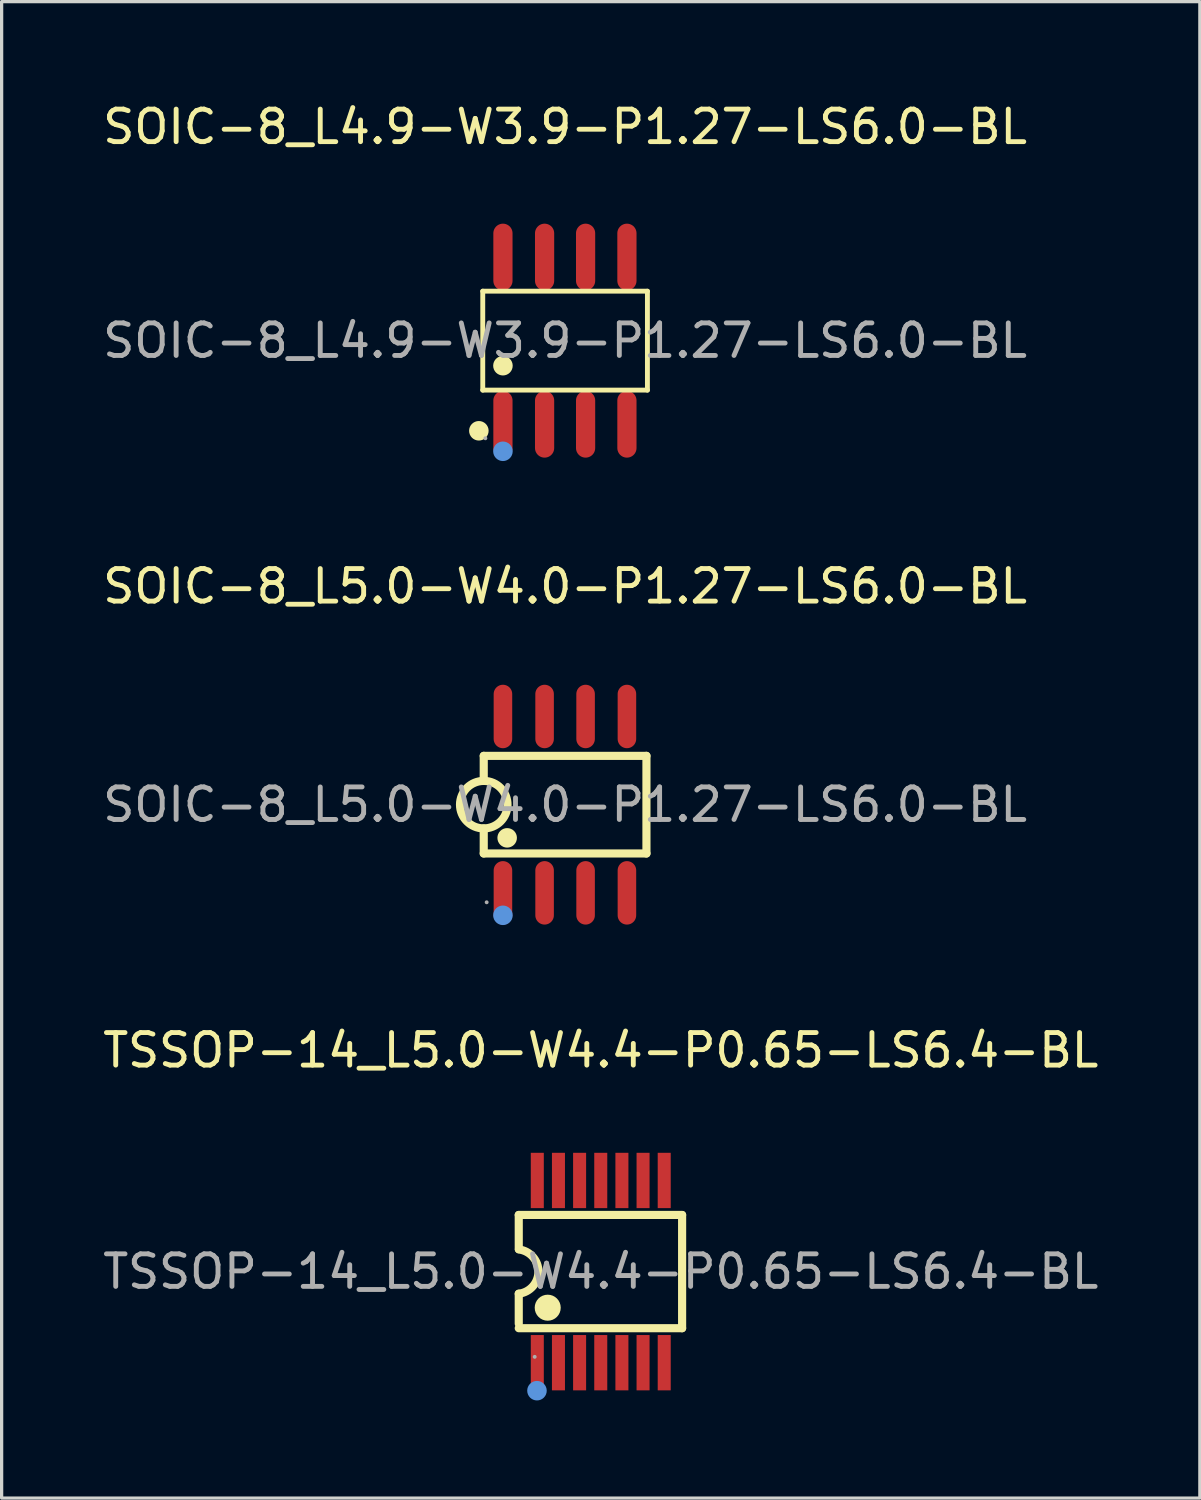
<source format=kicad_pcb>
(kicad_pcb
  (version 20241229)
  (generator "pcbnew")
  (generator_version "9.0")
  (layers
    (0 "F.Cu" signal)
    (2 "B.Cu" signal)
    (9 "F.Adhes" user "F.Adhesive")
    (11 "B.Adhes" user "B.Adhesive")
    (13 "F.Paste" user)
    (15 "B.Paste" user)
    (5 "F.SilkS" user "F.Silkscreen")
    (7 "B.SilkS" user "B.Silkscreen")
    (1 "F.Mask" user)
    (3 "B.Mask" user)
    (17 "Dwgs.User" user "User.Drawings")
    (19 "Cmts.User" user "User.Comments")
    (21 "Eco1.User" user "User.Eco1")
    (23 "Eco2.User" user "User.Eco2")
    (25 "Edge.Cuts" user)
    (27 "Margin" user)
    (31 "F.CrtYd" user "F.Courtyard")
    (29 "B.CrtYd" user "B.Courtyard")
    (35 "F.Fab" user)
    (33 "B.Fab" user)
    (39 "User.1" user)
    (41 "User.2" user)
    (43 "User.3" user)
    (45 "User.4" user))
  (footprint "TSSOP-14_L5.0-W4.4-P0.65-LS6.4-BL"
    (layer "F.Cu")
    (at 15.411 36.025)
    (property "Reference" "TSSOP-14_L5.0-W4.4-P0.65-LS6.4-BL" (at 0 -6.8 0) (layer "F.SilkS") (effects (font (size 1 1) (thickness 0.15))))
    (attr through_hole)
    (fp_line (start -2.52 -1.74) (end 2.5 -1.74) (stroke (width 0.25) (type solid)) (layer "F.SilkS"))
    (fp_line (start -2.52 -0.69) (end -2.52 -1.74) (stroke (width 0.25) (type solid)) (layer "F.SilkS"))
    (fp_line (start -2.52 1.6) (end -2.52 0.68) (stroke (width 0.25) (type solid)) (layer "F.SilkS"))
    (fp_line (start -2.52 1.74) (end 2.5 1.74) (stroke (width 0.25) (type solid)) (layer "F.SilkS"))
    (fp_line (start 2.5 -1.74) (end 2.5 1.74) (stroke (width 0.25) (type solid)) (layer "F.SilkS"))
    (fp_arc (start -2.515488 -0.679454) (mid -1.915314 0.002272) (end -2.52 0.68) (stroke (width 0.25) (type solid)) (layer "F.SilkS"))
    (fp_circle (center -1.63 1.11) (end -1.43 1.11) (stroke (width 0.4) (type solid)) (fill no) (layer "F.SilkS"))
    (fp_circle (center -1.96 3.66) (end -1.81 3.66) (stroke (width 0.3) (type solid)) (fill no) (layer "Cmts.User"))
    (fp_circle (center -2.03 2.62) (end -2 2.62) (stroke (width 0.06) (type solid)) (fill no) (layer "F.Fab"))
    (fp_text user "${REFERENCE}" (at 0 0 0) (layer "F.Fab") (effects (font (size 1 1) (thickness 0.15))))
    (pad "1" smd rect (at -1.95 2.8) (size 0.4 1.7) (layers "F.Cu" "F.Mask" "F.Paste"))
    (pad "2" smd rect (at -1.3 2.8) (size 0.4 1.7) (layers "F.Cu" "F.Mask" "F.Paste"))
    (pad "3" smd rect (at -0.65 2.8) (size 0.4 1.7) (layers "F.Cu" "F.Mask" "F.Paste"))
    (pad "4" smd rect (at 0 2.8) (size 0.4 1.7) (layers "F.Cu" "F.Mask" "F.Paste"))
    (pad "5" smd rect (at 0.65 2.8) (size 0.4 1.7) (layers "F.Cu" "F.Mask" "F.Paste"))
    (pad "6" smd rect (at 1.3 2.8) (size 0.4 1.7) (layers "F.Cu" "F.Mask" "F.Paste"))
    (pad "7" smd rect (at 1.95 2.8) (size 0.4 1.7) (layers "F.Cu" "F.Mask" "F.Paste"))
    (pad "8" smd rect (at 1.95 -2.8) (size 0.4 1.7) (layers "F.Cu" "F.Mask" "F.Paste"))
    (pad "9" smd rect (at 1.3 -2.8) (size 0.4 1.7) (layers "F.Cu" "F.Mask" "F.Paste"))
    (pad "10" smd rect (at 0.65 -2.8) (size 0.4 1.7) (layers "F.Cu" "F.Mask" "F.Paste"))
    (pad "11" smd rect (at 0 -2.8) (size 0.4 1.7) (layers "F.Cu" "F.Mask" "F.Paste"))
    (pad "12" smd rect (at -0.65 -2.8) (size 0.4 1.7) (layers "F.Cu" "F.Mask" "F.Paste"))
    (pad "13" smd rect (at -1.3 -2.8) (size 0.4 1.7) (layers "F.Cu" "F.Mask" "F.Paste"))
    (pad "14" smd rect (at -1.95 -2.8) (size 0.4 1.7) (layers "F.Cu" "F.Mask" "F.Paste")))
  (footprint "SOIC-8_L4.9-W3.9-P1.27-LS6.0-BL"
    (layer "F.Cu")
    (at 14.315 7.418)
    (property "Reference" "SOIC-8_L4.9-W3.9-P1.27-LS6.0-BL" (at 0 -6.57 0) (layer "F.SilkS") (effects (font (size 1 1) (thickness 0.15))))
    (attr smd)
    (fp_line (start -2.53 -1.52) (end 2.53 -1.52) (stroke (width 0.15) (type solid)) (layer "F.SilkS"))
    (fp_line (start -2.53 1.52) (end -2.53 -1.52) (stroke (width 0.15) (type solid)) (layer "F.SilkS"))
    (fp_line (start 2.53 -1.52) (end 2.53 1.52) (stroke (width 0.15) (type solid)) (layer "F.SilkS"))
    (fp_line (start 2.53 1.52) (end -2.53 1.52) (stroke (width 0.15) (type solid)) (layer "F.SilkS"))
    (fp_circle (center -2.65 2.77) (end -2.5 2.77) (stroke (width 0.3) (type solid)) (fill no) (layer "F.SilkS"))
    (fp_circle (center -1.91 0.77) (end -1.76 0.77) (stroke (width 0.3) (type solid)) (fill no) (layer "F.SilkS"))
    (fp_circle (center -1.91 3.4) (end -1.76 3.4) (stroke (width 0.3) (type solid)) (fill no) (layer "Cmts.User"))
    (fp_circle (center -2.45 3) (end -2.42 3) (stroke (width 0.06) (type solid)) (fill no) (layer "F.Fab"))
    (fp_text user "${REFERENCE}" (at 0 0 0) (layer "F.Fab") (effects (font (size 1 1) (thickness 0.15))))
    (pad "1" smd oval (at -1.91 2.57) (size 0.59 2.05) (layers "F.Cu" "F.Mask" "F.Paste"))
    (pad "2" smd oval (at -0.63 2.57) (size 0.59 2.05) (layers "F.Cu" "F.Mask" "F.Paste"))
    (pad "3" smd oval (at 0.63 2.57) (size 0.59 2.05) (layers "F.Cu" "F.Mask" "F.Paste"))
    (pad "4" smd oval (at 1.9 2.57) (size 0.59 2.05) (layers "F.Cu" "F.Mask" "F.Paste"))
    (pad "5" smd oval (at 1.9 -2.57) (size 0.59 2.05) (layers "F.Cu" "F.Mask" "F.Paste"))
    (pad "6" smd oval (at 0.63 -2.57) (size 0.59 2.05) (layers "F.Cu" "F.Mask" "F.Paste"))
    (pad "7" smd oval (at -0.63 -2.57) (size 0.59 2.05) (layers "F.Cu" "F.Mask" "F.Paste"))
    (pad "8" smd oval (at -1.91 -2.57) (size 0.59 2.05) (layers "F.Cu" "F.Mask" "F.Paste")))
  (footprint "SOIC-8_L5.0-W4.0-P1.27-LS6.0-BL"
    (layer "F.Cu")
    (at 14.315 21.677)
    (property "Reference" "SOIC-8_L5.0-W4.0-P1.27-LS6.0-BL" (at 0 -6.71 0) (layer "F.SilkS") (effects (font (size 1 1) (thickness 0.15))))
    (attr smd)
    (fp_line (start -2.5 -1.5) (end -2.5 -0.73) (stroke (width 0.25) (type solid)) (layer "F.SilkS"))
    (fp_line (start -2.5 -1.5) (end 2.5 -1.5) (stroke (width 0.25) (type solid)) (layer "F.SilkS"))
    (fp_line (start -2.5 1.5) (end -2.5 0.73) (stroke (width 0.25) (type solid)) (layer "F.SilkS"))
    (fp_line (start -2.5 1.5) (end 2.5 1.5) (stroke (width 0.25) (type solid)) (layer "F.SilkS"))
    (fp_line (start 2.5 -1.5) (end 2.5 1.5) (stroke (width 0.25) (type solid)) (layer "F.SilkS"))
    (fp_arc (start -2.48726 -0.729889) (mid -2.50637 0.729972) (end -2.5 -0.73) (stroke (width 0.25) (type solid)) (layer "F.SilkS"))
    (fp_circle (center -1.78 1.02) (end -1.63 1.02) (stroke (width 0.3) (type solid)) (fill no) (layer "F.SilkS"))
    (fp_circle (center -1.91 3.4) (end -1.76 3.4) (stroke (width 0.3) (type solid)) (fill no) (layer "Cmts.User"))
    (fp_circle (center -2.41 3) (end -2.38 3) (stroke (width 0.06) (type solid)) (fill no) (layer "F.Fab"))
    (fp_text user "${REFERENCE}" (at 0 0 0) (layer "F.Fab") (effects (font (size 1 1) (thickness 0.15))))
    (pad "1" smd oval (at -1.91 2.71) (size 0.57 1.95) (layers "F.Cu" "F.Mask" "F.Paste"))
    (pad "2" smd oval (at -0.63 2.71) (size 0.57 1.95) (layers "F.Cu" "F.Mask" "F.Paste"))
    (pad "3" smd oval (at 0.63 2.71) (size 0.57 1.95) (layers "F.Cu" "F.Mask" "F.Paste"))
    (pad "4" smd oval (at 1.9 2.71) (size 0.57 1.95) (layers "F.Cu" "F.Mask" "F.Paste"))
    (pad "5" smd oval (at 1.9 -2.71) (size 0.57 1.95) (layers "F.Cu" "F.Mask" "F.Paste"))
    (pad "6" smd oval (at 0.63 -2.71) (size 0.57 1.95) (layers "F.Cu" "F.Mask" "F.Paste"))
    (pad "7" smd oval (at -0.63 -2.71) (size 0.57 1.95) (layers "F.Cu" "F.Mask" "F.Paste"))
    (pad "8" smd oval (at -1.91 -2.71) (size 0.57 1.95) (layers "F.Cu" "F.Mask" "F.Paste")))
  (gr_rect
    (start -3 -3)
    (end 33.821 42.985)
    (stroke (width 0.1) (type default))
    (fill no)
    (layer "Edge.Cuts")))
</source>
